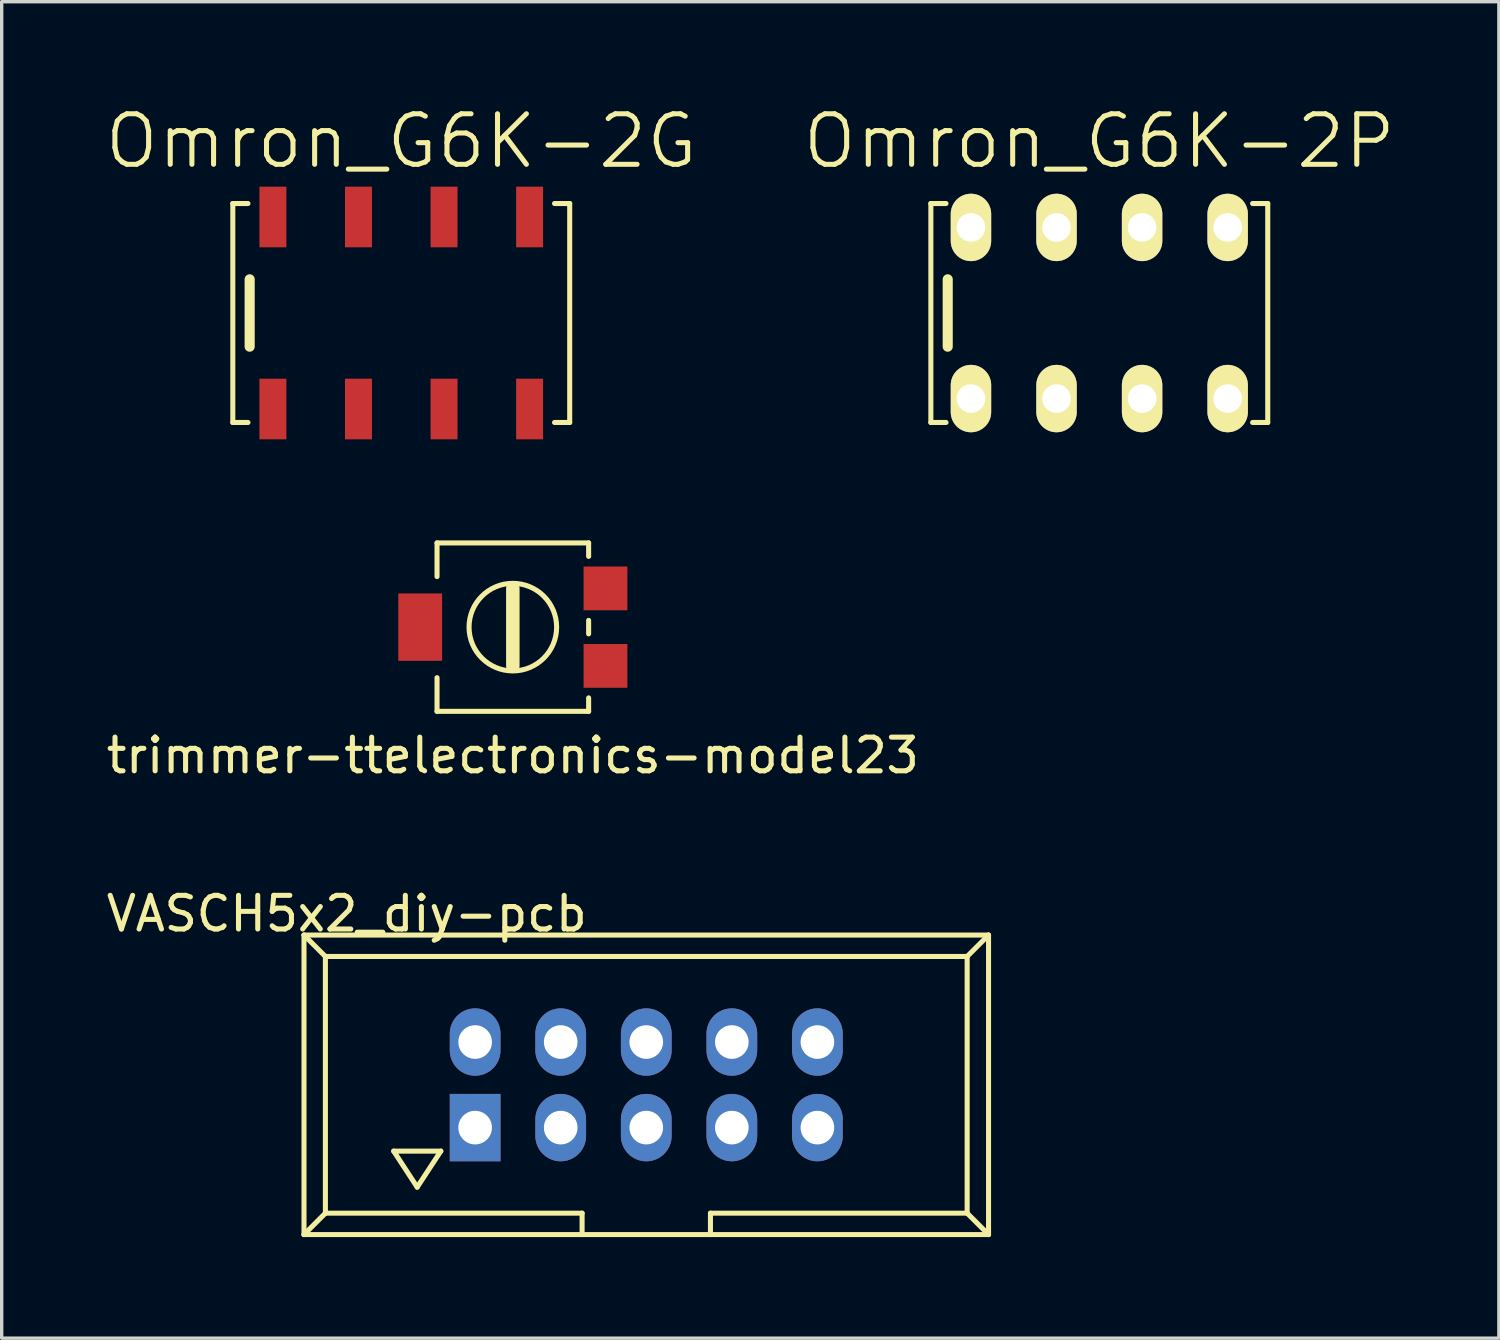
<source format=kicad_pcb>
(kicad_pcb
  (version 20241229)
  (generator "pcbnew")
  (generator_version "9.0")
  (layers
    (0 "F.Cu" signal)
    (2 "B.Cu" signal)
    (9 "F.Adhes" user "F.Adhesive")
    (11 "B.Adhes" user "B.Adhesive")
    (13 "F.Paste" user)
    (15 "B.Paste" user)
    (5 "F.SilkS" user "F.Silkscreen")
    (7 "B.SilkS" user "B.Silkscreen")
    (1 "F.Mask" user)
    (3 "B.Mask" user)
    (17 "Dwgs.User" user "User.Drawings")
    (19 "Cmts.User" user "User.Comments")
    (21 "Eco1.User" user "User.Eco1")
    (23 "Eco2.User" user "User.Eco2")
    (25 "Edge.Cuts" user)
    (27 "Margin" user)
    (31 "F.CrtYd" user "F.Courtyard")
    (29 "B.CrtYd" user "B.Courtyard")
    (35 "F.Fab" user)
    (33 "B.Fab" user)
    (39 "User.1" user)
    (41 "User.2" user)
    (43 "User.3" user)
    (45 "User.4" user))
  (footprint "Omron_G6K-2P"
    (layer "F.Cu")
    (at 29.582 6.241)
    (property "Reference" "Omron_G6K-2P" (at 0 -5.1 0) (layer "F.SilkS") (effects (font (size 1.5 1.5) (thickness 0.15))))
    (attr through_hole)
    (fp_line (start -5 -3.25) (end -5 3.25) (stroke (width 0.15) (type solid)) (layer "F.SilkS"))
    (fp_line (start -5 -3.25) (end -4.55 -3.25) (stroke (width 0.15) (type solid)) (layer "F.SilkS"))
    (fp_line (start -5 3.25) (end -4.55 3.25) (stroke (width 0.15) (type solid)) (layer "F.SilkS"))
    (fp_line (start -4.5 1) (end -4.5 -1) (stroke (width 0.3) (type solid)) (layer "F.SilkS"))
    (fp_line (start 4.55 -3.25) (end 5 -3.25) (stroke (width 0.15) (type solid)) (layer "F.SilkS"))
    (fp_line (start 4.55 3.25) (end 5 3.25) (stroke (width 0.15) (type solid)) (layer "F.SilkS"))
    (fp_line (start 5 -3.25) (end 5 3.25) (stroke (width 0.15) (type solid)) (layer "F.SilkS"))
    (pad "1" thru_hole oval (at -3.81 2.54) (size 1.2 2) (drill 0.85) (layers "*.Cu" "*.Mask" "F.SilkS"))
    (pad "2" thru_hole oval (at -1.27 2.54) (size 1.2 2) (drill 0.85) (layers "*.Cu" "*.Mask" "F.SilkS"))
    (pad "3" thru_hole oval (at 1.27 2.54) (size 1.2 2) (drill 0.85) (layers "*.Cu" "*.Mask" "F.SilkS"))
    (pad "4" thru_hole oval (at 3.81 2.54) (size 1.2 2) (drill 0.85) (layers "*.Cu" "*.Mask" "F.SilkS"))
    (pad "5" thru_hole oval (at 3.81 -2.54) (size 1.2 2) (drill 0.85) (layers "*.Cu" "*.Mask" "F.SilkS"))
    (pad "6" thru_hole oval (at 1.27 -2.54) (size 1.2 2) (drill 0.85) (layers "*.Cu" "*.Mask" "F.SilkS"))
    (pad "7" thru_hole oval (at -1.27 -2.54) (size 1.2 2) (drill 0.85) (layers "*.Cu" "*.Mask" "F.SilkS"))
    (pad "8" thru_hole oval (at -3.81 -2.54) (size 1.2 2) (drill 0.85) (layers "*.Cu" "*.Mask" "F.SilkS")))
  (footprint "trimmer-ttelectronics-model23"
    (layer "F.Cu")
    (at 12.173 15.566)
    (property "Reference" "trimmer-ttelectronics-model23" (at 0 3.81 0) (layer "F.SilkS") (effects (font (size 1 1) (thickness 0.15))))
    (attr through_hole)
    (fp_line (start -2.25 -2.5) (end -2.25 -1.5) (stroke (width 0.15) (type solid)) (layer "F.SilkS"))
    (fp_line (start -2.25 -2.5) (end 2.25 -2.5) (stroke (width 0.15) (type solid)) (layer "F.SilkS"))
    (fp_line (start -2.25 1.5) (end -2.25 2.5) (stroke (width 0.15) (type solid)) (layer "F.SilkS"))
    (fp_line (start -2.25 2.5) (end 2.25 2.5) (stroke (width 0.15) (type solid)) (layer "F.SilkS"))
    (fp_line (start 0 -1.15) (end 0 1.15) (stroke (width 0.4) (type solid)) (layer "F.SilkS"))
    (fp_line (start 2.25 -2.1) (end 2.25 -2.5) (stroke (width 0.15) (type solid)) (layer "F.SilkS"))
    (fp_line (start 2.25 0.2) (end 2.25 -0.2) (stroke (width 0.15) (type solid)) (layer "F.SilkS"))
    (fp_line (start 2.25 2.1) (end 2.25 2.5) (stroke (width 0.15) (type solid)) (layer "F.SilkS"))
    (fp_circle (center 0 0) (end 1.3 0) (stroke (width 0.15) (type solid)) (fill no) (layer "F.SilkS"))
    (pad "1" smd rect (at 2.75 -1.15) (size 1.3 1.3) (layers "F.Cu" "F.Mask" "F.Paste"))
    (pad "2" smd rect (at -2.75 0) (size 1.3 2) (layers "F.Cu" "F.Mask" "F.Paste"))
    (pad "3" smd rect (at 2.75 1.15) (size 1.3 1.3) (layers "F.Cu" "F.Mask" "F.Paste")))
  (footprint "Omron_G6K-2G"
    (layer "F.Cu")
    (at 8.861 6.241)
    (property "Reference" "Omron_G6K-2G" (at 0 -5.1 0) (layer "F.SilkS") (effects (font (size 1.5 1.5) (thickness 0.15))))
    (attr through_hole)
    (fp_line (start -5 -3.25) (end -5 3.25) (stroke (width 0.15) (type solid)) (layer "F.SilkS"))
    (fp_line (start -5 -3.25) (end -4.55 -3.25) (stroke (width 0.15) (type solid)) (layer "F.SilkS"))
    (fp_line (start -5 3.25) (end -4.55 3.25) (stroke (width 0.15) (type solid)) (layer "F.SilkS"))
    (fp_line (start -4.5 1) (end -4.5 -1) (stroke (width 0.3) (type solid)) (layer "F.SilkS"))
    (fp_line (start 4.55 -3.25) (end 5 -3.25) (stroke (width 0.15) (type solid)) (layer "F.SilkS"))
    (fp_line (start 4.55 3.25) (end 5 3.25) (stroke (width 0.15) (type solid)) (layer "F.SilkS"))
    (fp_line (start 5 -3.25) (end 5 3.25) (stroke (width 0.15) (type solid)) (layer "F.SilkS"))
    (pad "1" smd rect (at -3.81 2.85) (size 0.8 1.8) (layers "F.Cu" "F.Mask" "F.Paste"))
    (pad "2" smd rect (at -1.27 2.85) (size 0.8 1.8) (layers "F.Cu" "F.Mask" "F.Paste"))
    (pad "3" smd rect (at 1.27 2.85) (size 0.8 1.8) (layers "F.Cu" "F.Mask" "F.Paste"))
    (pad "4" smd rect (at 3.81 2.85) (size 0.8 1.8) (layers "F.Cu" "F.Mask" "F.Paste"))
    (pad "5" smd rect (at 3.81 -2.85) (size 0.8 1.8) (layers "F.Cu" "F.Mask" "F.Paste"))
    (pad "6" smd rect (at 1.27 -2.85) (size 0.8 1.8) (layers "F.Cu" "F.Mask" "F.Paste"))
    (pad "7" smd rect (at -1.27 -2.85) (size 0.8 1.8) (layers "F.Cu" "F.Mask" "F.Paste"))
    (pad "8" smd rect (at -3.81 -2.85) (size 0.8 1.8) (layers "F.Cu" "F.Mask" "F.Paste")))
  (footprint "VASCH5x2_diy-pcb"
    (layer "F.Cu")
    (at 16.134 29.152)
    (property "Reference" "VASCH5x2_diy-pcb" (at -8.89 -5.08 0) (layer "F.SilkS") (effects (font (size 1 1) (thickness 0.15))))
    (attr exclude_from_pos_files exclude_from_bom)
    (fp_line (start -10.16 -4.445) (end -10.16 4.445) (stroke (width 0.15) (type solid)) (layer "F.SilkS"))
    (fp_line (start -10.16 4.445) (end 10.16 4.445) (stroke (width 0.15) (type solid)) (layer "F.SilkS"))
    (fp_line (start -9.525 -3.81) (end -10.16 -4.445) (stroke (width 0.15) (type solid)) (layer "F.SilkS"))
    (fp_line (start -9.525 -3.81) (end -9.525 3.81) (stroke (width 0.15) (type solid)) (layer "F.SilkS"))
    (fp_line (start -9.525 3.81) (end -10.16 4.445) (stroke (width 0.15) (type solid)) (layer "F.SilkS"))
    (fp_line (start -9.525 3.81) (end -1.905 3.81) (stroke (width 0.15) (type solid)) (layer "F.SilkS"))
    (fp_line (start -7.498 1.968) (end -6.8 3.038) (stroke (width 0.15) (type solid)) (layer "F.SilkS"))
    (fp_line (start -6.8 3.038) (end -6.099 1.968) (stroke (width 0.15) (type solid)) (layer "F.SilkS"))
    (fp_line (start -6.099 1.968) (end -7.498 1.968) (stroke (width 0.15) (type solid)) (layer "F.SilkS"))
    (fp_line (start -1.905 3.81) (end -1.905 4.445) (stroke (width 0.15) (type solid)) (layer "F.SilkS"))
    (fp_line (start 1.905 3.81) (end 9.525 3.81) (stroke (width 0.15) (type solid)) (layer "F.SilkS"))
    (fp_line (start 1.905 4.445) (end 1.905 3.81) (stroke (width 0.15) (type solid)) (layer "F.SilkS"))
    (fp_line (start 9.525 -3.81) (end -9.525 -3.81) (stroke (width 0.15) (type solid)) (layer "F.SilkS"))
    (fp_line (start 9.525 -3.81) (end 10.16 -4.445) (stroke (width 0.15) (type solid)) (layer "F.SilkS"))
    (fp_line (start 9.525 3.81) (end 9.525 -3.81) (stroke (width 0.15) (type solid)) (layer "F.SilkS"))
    (fp_line (start 9.525 3.81) (end 10.16 4.445) (stroke (width 0.15) (type solid)) (layer "F.SilkS"))
    (fp_line (start 10.16 -4.445) (end -10.16 -4.445) (stroke (width 0.15) (type solid)) (layer "F.SilkS"))
    (fp_line (start 10.16 -4.445) (end 10.16 4.445) (stroke (width 0.15) (type solid)) (layer "F.SilkS"))
    (pad "1" thru_hole rect (at -5.08 1.27) (size 1.506 2) (drill 0.998) (layers "*.Cu" "*.Mask"))
    (pad "2" thru_hole oval (at -5.08 -1.27) (size 1.506 2) (drill 0.998) (layers "*.Cu" "*.Mask"))
    (pad "3" thru_hole oval (at -2.54 1.27) (size 1.506 2) (drill 0.998) (layers "*.Cu" "*.Mask"))
    (pad "4" thru_hole oval (at -2.54 -1.27) (size 1.506 2) (drill 0.998) (layers "*.Cu" "*.Mask"))
    (pad "5" thru_hole oval (at 0 1.27) (size 1.506 2) (drill 0.998) (layers "*.Cu" "*.Mask"))
    (pad "6" thru_hole oval (at 0 -1.27) (size 1.506 2) (drill 0.998) (layers "*.Cu" "*.Mask"))
    (pad "7" thru_hole oval (at 2.54 1.27) (size 1.506 2) (drill 0.998) (layers "*.Cu" "*.Mask"))
    (pad "8" thru_hole oval (at 2.54 -1.27) (size 1.506 2) (drill 0.998) (layers "*.Cu" "*.Mask"))
    (pad "9" thru_hole oval (at 5.08 1.27) (size 1.506 2) (drill 0.998) (layers "*.Cu" "*.Mask"))
    (pad "10" thru_hole oval (at 5.08 -1.27) (size 1.506 2) (drill 0.998) (layers "*.Cu" "*.Mask")))
  (gr_rect
    (start -3 -3)
    (end 41.443 36.672)
    (stroke (width 0.1) (type default))
    (fill no)
    (layer "Edge.Cuts")))
</source>
